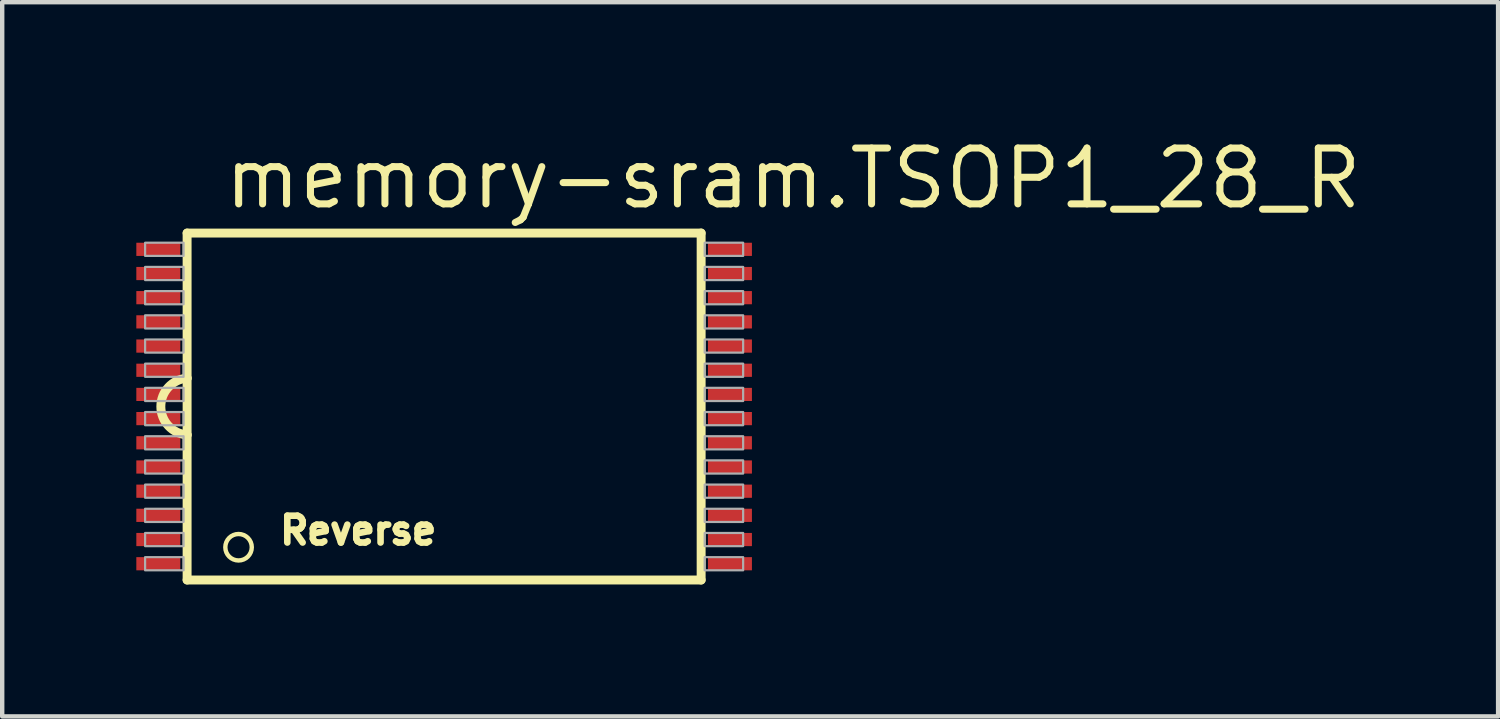
<source format=kicad_pcb>
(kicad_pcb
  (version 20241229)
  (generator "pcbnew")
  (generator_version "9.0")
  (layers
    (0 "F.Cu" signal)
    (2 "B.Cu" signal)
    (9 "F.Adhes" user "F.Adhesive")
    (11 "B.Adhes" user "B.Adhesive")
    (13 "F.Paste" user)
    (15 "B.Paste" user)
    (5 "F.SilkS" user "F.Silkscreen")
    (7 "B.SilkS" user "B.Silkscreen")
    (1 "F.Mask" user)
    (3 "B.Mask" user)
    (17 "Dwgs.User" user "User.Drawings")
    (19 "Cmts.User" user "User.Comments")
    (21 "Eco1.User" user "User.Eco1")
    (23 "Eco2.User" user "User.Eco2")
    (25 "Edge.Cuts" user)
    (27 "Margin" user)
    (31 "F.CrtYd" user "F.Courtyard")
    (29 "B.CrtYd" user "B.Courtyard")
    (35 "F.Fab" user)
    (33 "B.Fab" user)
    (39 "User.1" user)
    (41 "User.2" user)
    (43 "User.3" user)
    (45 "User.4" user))
  (footprint "memory-sram.TSOP1_28_R"
    (layer "F.Cu")
    (at 7.05 6.195)
    (property "Reference" "memory-sram.TSOP1_28_R" (at -5.08 -4.445 0) (layer "F.SilkS") (effects (font (size 1.27 1.27) (thickness 0.16)) (justify left bottom)))
    (attr smd)
    (fp_rect (start -7.025 -3.4) (end -5.975 -3.75) (stroke (width 0.05) (type default)) (fill yes) (layer "F.Mask"))
    (fp_rect (start -7.025 -2.85) (end -5.975 -3.2) (stroke (width 0.05) (type default)) (fill yes) (layer "F.Mask"))
    (fp_rect (start -7.025 -2.3) (end -5.975 -2.65) (stroke (width 0.05) (type default)) (fill yes) (layer "F.Mask"))
    (fp_rect (start -7.025 -1.75) (end -5.975 -2.1) (stroke (width 0.05) (type default)) (fill yes) (layer "F.Mask"))
    (fp_rect (start -7.025 -1.2) (end -5.975 -1.55) (stroke (width 0.05) (type default)) (fill yes) (layer "F.Mask"))
    (fp_rect (start -7.025 -0.65) (end -5.975 -1) (stroke (width 0.05) (type default)) (fill yes) (layer "F.Mask"))
    (fp_rect (start -7.025 -0.1) (end -5.975 -0.45) (stroke (width 0.05) (type default)) (fill yes) (layer "F.Mask"))
    (fp_rect (start -7.025 0.45) (end -5.975 0.1) (stroke (width 0.05) (type default)) (fill yes) (layer "F.Mask"))
    (fp_rect (start -7.025 1) (end -5.975 0.65) (stroke (width 0.05) (type default)) (fill yes) (layer "F.Mask"))
    (fp_rect (start -7.025 1.55) (end -5.975 1.2) (stroke (width 0.05) (type default)) (fill yes) (layer "F.Mask"))
    (fp_rect (start -7.025 2.1) (end -5.975 1.75) (stroke (width 0.05) (type default)) (fill yes) (layer "F.Mask"))
    (fp_rect (start -7.025 2.65) (end -5.975 2.3) (stroke (width 0.05) (type default)) (fill yes) (layer "F.Mask"))
    (fp_rect (start -7.025 3.2) (end -5.975 2.85) (stroke (width 0.05) (type default)) (fill yes) (layer "F.Mask"))
    (fp_rect (start -7.025 3.75) (end -5.975 3.4) (stroke (width 0.05) (type default)) (fill yes) (layer "F.Mask"))
    (fp_rect (start 5.975 -3.4) (end 7.025 -3.75) (stroke (width 0.05) (type default)) (fill yes) (layer "F.Mask"))
    (fp_rect (start 5.975 -2.85) (end 7.025 -3.2) (stroke (width 0.05) (type default)) (fill yes) (layer "F.Mask"))
    (fp_rect (start 5.975 -2.3) (end 7.025 -2.65) (stroke (width 0.05) (type default)) (fill yes) (layer "F.Mask"))
    (fp_rect (start 5.975 -1.75) (end 7.025 -2.1) (stroke (width 0.05) (type default)) (fill yes) (layer "F.Mask"))
    (fp_rect (start 5.975 -1.2) (end 7.025 -1.55) (stroke (width 0.05) (type default)) (fill yes) (layer "F.Mask"))
    (fp_rect (start 5.975 -0.65) (end 7.025 -1) (stroke (width 0.05) (type default)) (fill yes) (layer "F.Mask"))
    (fp_rect (start 5.975 -0.1) (end 7.025 -0.45) (stroke (width 0.05) (type default)) (fill yes) (layer "F.Mask"))
    (fp_rect (start 5.975 0.45) (end 7.025 0.1) (stroke (width 0.05) (type default)) (fill yes) (layer "F.Mask"))
    (fp_rect (start 5.975 1) (end 7.025 0.65) (stroke (width 0.05) (type default)) (fill yes) (layer "F.Mask"))
    (fp_rect (start 5.975 1.55) (end 7.025 1.2) (stroke (width 0.05) (type default)) (fill yes) (layer "F.Mask"))
    (fp_rect (start 5.975 2.1) (end 7.025 1.75) (stroke (width 0.05) (type default)) (fill yes) (layer "F.Mask"))
    (fp_rect (start 5.975 2.65) (end 7.025 2.3) (stroke (width 0.05) (type default)) (fill yes) (layer "F.Mask"))
    (fp_rect (start 5.975 3.2) (end 7.025 2.85) (stroke (width 0.05) (type default)) (fill yes) (layer "F.Mask"))
    (fp_rect (start 5.975 3.75) (end 7.025 3.4) (stroke (width 0.05) (type default)) (fill yes) (layer "F.Mask"))
    (fp_line (start -5.845 -3.945) (end 5.845 -3.945) (stroke (width 0.203) (type default)) (layer "F.SilkS"))
    (fp_line (start -5.845 -0.645) (end -5.845 -3.945) (stroke (width 0.203) (type default)) (layer "F.SilkS"))
    (fp_line (start -5.845 0.645) (end -5.845 -0.645) (stroke (width 0.203) (type default)) (layer "F.SilkS"))
    (fp_line (start -5.845 3.945) (end -5.845 0.645) (stroke (width 0.203) (type default)) (layer "F.SilkS"))
    (fp_line (start 5.845 -3.945) (end 5.845 3.945) (stroke (width 0.203) (type default)) (layer "F.SilkS"))
    (fp_line (start 5.845 3.945) (end -5.845 3.945) (stroke (width 0.203) (type default)) (layer "F.SilkS"))
    (fp_arc (start -5.845 0.645) (mid -6.441935 0) (end -5.845 -0.645) (stroke (width 0.2032) (type default)) (layer "F.SilkS"))
    (fp_circle (center -4.675 3.2) (end -4.374 3.2) (stroke (width 0.1) (type default)) (fill no) (layer "F.SilkS"))
    (fp_rect (start -6.8 -3.425) (end -5.925 -3.725) (stroke (width 0.05) (type default)) (fill no) (layer "F.Fab"))
    (fp_rect (start -6.8 -2.875) (end -5.925 -3.175) (stroke (width 0.05) (type default)) (fill no) (layer "F.Fab"))
    (fp_rect (start -6.8 -2.325) (end -5.925 -2.625) (stroke (width 0.05) (type default)) (fill no) (layer "F.Fab"))
    (fp_rect (start -6.8 -1.775) (end -5.925 -2.075) (stroke (width 0.05) (type default)) (fill no) (layer "F.Fab"))
    (fp_rect (start -6.8 -1.225) (end -5.925 -1.525) (stroke (width 0.05) (type default)) (fill no) (layer "F.Fab"))
    (fp_rect (start -6.8 -0.675) (end -5.925 -0.975) (stroke (width 0.05) (type default)) (fill no) (layer "F.Fab"))
    (fp_rect (start -6.8 -0.125) (end -5.925 -0.425) (stroke (width 0.05) (type default)) (fill no) (layer "F.Fab"))
    (fp_rect (start -6.8 0.425) (end -5.925 0.125) (stroke (width 0.05) (type default)) (fill no) (layer "F.Fab"))
    (fp_rect (start -6.8 0.975) (end -5.925 0.675) (stroke (width 0.05) (type default)) (fill no) (layer "F.Fab"))
    (fp_rect (start -6.8 1.525) (end -5.925 1.225) (stroke (width 0.05) (type default)) (fill no) (layer "F.Fab"))
    (fp_rect (start -6.8 2.075) (end -5.925 1.775) (stroke (width 0.05) (type default)) (fill no) (layer "F.Fab"))
    (fp_rect (start -6.8 2.625) (end -5.925 2.325) (stroke (width 0.05) (type default)) (fill no) (layer "F.Fab"))
    (fp_rect (start -6.8 3.175) (end -5.925 2.875) (stroke (width 0.05) (type default)) (fill no) (layer "F.Fab"))
    (fp_rect (start -6.8 3.725) (end -5.925 3.425) (stroke (width 0.05) (type default)) (fill no) (layer "F.Fab"))
    (fp_rect (start 5.925 -3.425) (end 6.8 -3.725) (stroke (width 0.05) (type default)) (fill no) (layer "F.Fab"))
    (fp_rect (start 5.925 -2.875) (end 6.8 -3.175) (stroke (width 0.05) (type default)) (fill no) (layer "F.Fab"))
    (fp_rect (start 5.925 -2.325) (end 6.8 -2.625) (stroke (width 0.05) (type default)) (fill no) (layer "F.Fab"))
    (fp_rect (start 5.925 -1.775) (end 6.8 -2.075) (stroke (width 0.05) (type default)) (fill no) (layer "F.Fab"))
    (fp_rect (start 5.925 -1.225) (end 6.8 -1.525) (stroke (width 0.05) (type default)) (fill no) (layer "F.Fab"))
    (fp_rect (start 5.925 -0.675) (end 6.8 -0.975) (stroke (width 0.05) (type default)) (fill no) (layer "F.Fab"))
    (fp_rect (start 5.925 -0.125) (end 6.8 -0.425) (stroke (width 0.05) (type default)) (fill no) (layer "F.Fab"))
    (fp_rect (start 5.925 0.425) (end 6.8 0.125) (stroke (width 0.05) (type default)) (fill no) (layer "F.Fab"))
    (fp_rect (start 5.925 0.975) (end 6.8 0.675) (stroke (width 0.05) (type default)) (fill no) (layer "F.Fab"))
    (fp_rect (start 5.925 1.525) (end 6.8 1.225) (stroke (width 0.05) (type default)) (fill no) (layer "F.Fab"))
    (fp_rect (start 5.925 2.075) (end 6.8 1.775) (stroke (width 0.05) (type default)) (fill no) (layer "F.Fab"))
    (fp_rect (start 5.925 2.625) (end 6.8 2.325) (stroke (width 0.05) (type default)) (fill no) (layer "F.Fab"))
    (fp_rect (start 5.925 3.175) (end 6.8 2.875) (stroke (width 0.05) (type default)) (fill no) (layer "F.Fab"))
    (fp_rect (start 5.925 3.725) (end 6.8 3.425) (stroke (width 0.05) (type default)) (fill no) (layer "F.Fab"))
    (fp_text user "Reverse" (at -3.81 3.175 0) (layer "F.SilkS") (effects (font (size 0.61 0.61) (thickness 0.15)) (justify left bottom)))
    (pad "1" smd roundrect (at -6.5 -0.275) (size 1 0.3) (layers "F.Cu" "F.Mask" "F.Paste") (roundrect_rratio 0.01))
    (pad "2" smd roundrect (at -6.5 -0.825) (size 1 0.3) (layers "F.Cu" "F.Mask" "F.Paste") (roundrect_rratio 0.01))
    (pad "3" smd roundrect (at -6.5 -1.375) (size 1 0.3) (layers "F.Cu" "F.Mask" "F.Paste") (roundrect_rratio 0.01))
    (pad "4" smd roundrect (at -6.5 -1.925) (size 1 0.3) (layers "F.Cu" "F.Mask" "F.Paste") (roundrect_rratio 0.01))
    (pad "5" smd roundrect (at -6.5 -2.475) (size 1 0.3) (layers "F.Cu" "F.Mask" "F.Paste") (roundrect_rratio 0.01))
    (pad "6" smd roundrect (at -6.5 -3.025) (size 1 0.3) (layers "F.Cu" "F.Mask" "F.Paste") (roundrect_rratio 0.01))
    (pad "7" smd roundrect (at -6.5 -3.575) (size 1 0.3) (layers "F.Cu" "F.Mask" "F.Paste") (roundrect_rratio 0.01))
    (pad "8" smd roundrect (at 6.5 -3.575 180) (size 1 0.3) (layers "F.Cu" "F.Mask" "F.Paste") (roundrect_rratio 0.01))
    (pad "9" smd roundrect (at 6.5 -3.025 180) (size 1 0.3) (layers "F.Cu" "F.Mask" "F.Paste") (roundrect_rratio 0.01))
    (pad "10" smd roundrect (at 6.5 -2.475 180) (size 1 0.3) (layers "F.Cu" "F.Mask" "F.Paste") (roundrect_rratio 0.01))
    (pad "11" smd roundrect (at 6.5 -1.925 180) (size 1 0.3) (layers "F.Cu" "F.Mask" "F.Paste") (roundrect_rratio 0.01))
    (pad "12" smd roundrect (at 6.5 -1.375 180) (size 1 0.3) (layers "F.Cu" "F.Mask" "F.Paste") (roundrect_rratio 0.01))
    (pad "13" smd roundrect (at 6.5 -0.825 180) (size 1 0.3) (layers "F.Cu" "F.Mask" "F.Paste") (roundrect_rratio 0.01))
    (pad "14" smd roundrect (at 6.5 -0.275 180) (size 1 0.3) (layers "F.Cu" "F.Mask" "F.Paste") (roundrect_rratio 0.01))
    (pad "15" smd roundrect (at 6.5 0.275) (size 1 0.3) (layers "F.Cu" "F.Mask" "F.Paste") (roundrect_rratio 0.01))
    (pad "16" smd roundrect (at 6.5 0.825) (size 1 0.3) (layers "F.Cu" "F.Mask" "F.Paste") (roundrect_rratio 0.01))
    (pad "17" smd roundrect (at 6.5 1.375) (size 1 0.3) (layers "F.Cu" "F.Mask" "F.Paste") (roundrect_rratio 0.01))
    (pad "18" smd roundrect (at 6.5 1.925) (size 1 0.3) (layers "F.Cu" "F.Mask" "F.Paste") (roundrect_rratio 0.01))
    (pad "19" smd roundrect (at 6.5 2.475) (size 1 0.3) (layers "F.Cu" "F.Mask" "F.Paste") (roundrect_rratio 0.01))
    (pad "20" smd roundrect (at 6.5 3.025) (size 1 0.3) (layers "F.Cu" "F.Mask" "F.Paste") (roundrect_rratio 0.01))
    (pad "21" smd roundrect (at 6.5 3.575) (size 1 0.3) (layers "F.Cu" "F.Mask" "F.Paste") (roundrect_rratio 0.01))
    (pad "22" smd roundrect (at -6.5 3.575 180) (size 1 0.3) (layers "F.Cu" "F.Mask" "F.Paste") (roundrect_rratio 0.01))
    (pad "23" smd roundrect (at -6.5 3.025 180) (size 1 0.3) (layers "F.Cu" "F.Mask" "F.Paste") (roundrect_rratio 0.01))
    (pad "24" smd roundrect (at -6.5 2.475 180) (size 1 0.3) (layers "F.Cu" "F.Mask" "F.Paste") (roundrect_rratio 0.01))
    (pad "25" smd roundrect (at -6.5 1.925 180) (size 1 0.3) (layers "F.Cu" "F.Mask" "F.Paste") (roundrect_rratio 0.01))
    (pad "26" smd roundrect (at -6.5 1.375 180) (size 1 0.3) (layers "F.Cu" "F.Mask" "F.Paste") (roundrect_rratio 0.01))
    (pad "27" smd roundrect (at -6.5 0.825 180) (size 1 0.3) (layers "F.Cu" "F.Mask" "F.Paste") (roundrect_rratio 0.01))
    (pad "28" smd roundrect (at -6.5 0.275 180) (size 1 0.3) (layers "F.Cu" "F.Mask" "F.Paste") (roundrect_rratio 0.01)))
  (gr_rect
    (start -3 -3)
    (end 31.019 13.242)
    (stroke (width 0.1) (type default))
    (fill no)
    (layer "Edge.Cuts")))
</source>
